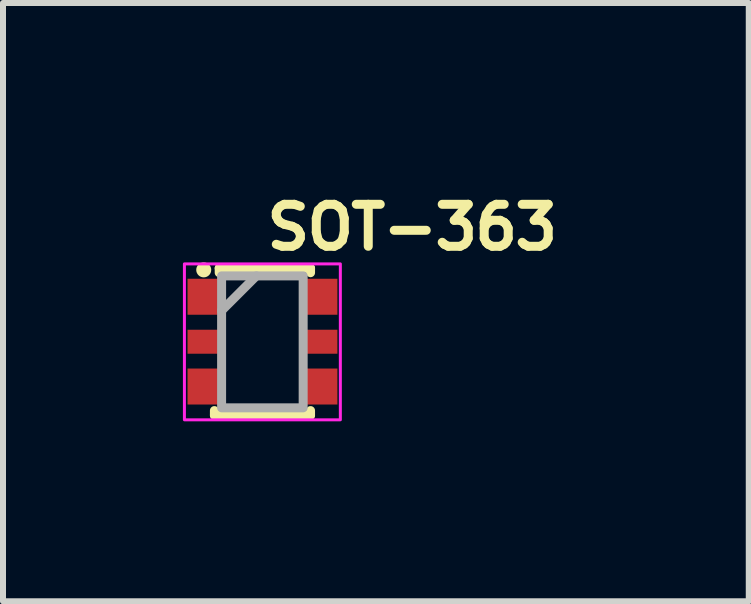
<source format=kicad_pcb>
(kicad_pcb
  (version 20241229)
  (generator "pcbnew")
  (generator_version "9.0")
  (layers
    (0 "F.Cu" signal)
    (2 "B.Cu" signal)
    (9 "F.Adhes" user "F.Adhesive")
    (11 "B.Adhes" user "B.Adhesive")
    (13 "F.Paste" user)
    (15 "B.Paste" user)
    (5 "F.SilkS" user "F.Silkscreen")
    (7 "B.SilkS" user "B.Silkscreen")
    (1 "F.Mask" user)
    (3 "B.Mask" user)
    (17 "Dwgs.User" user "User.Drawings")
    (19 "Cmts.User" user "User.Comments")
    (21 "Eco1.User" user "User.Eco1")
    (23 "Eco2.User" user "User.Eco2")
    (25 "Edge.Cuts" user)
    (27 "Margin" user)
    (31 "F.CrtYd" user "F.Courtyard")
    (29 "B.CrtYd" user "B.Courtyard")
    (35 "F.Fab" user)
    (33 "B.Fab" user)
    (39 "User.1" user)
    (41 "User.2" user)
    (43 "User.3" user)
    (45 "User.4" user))
  (footprint "SOT-363"
    (layer "F.Cu")
    (at 1.325 2.65)
    (property "Reference" "SOT-363" (at 0 -1.5 0) (layer "F.SilkS") (effects (font (size 0.7 0.7) (thickness 0.15)) (justify left bottom)))
    (attr smd)
    (fp_line (start -0.8 1.146) (end -0.8 1.223) (stroke (width 0.15) (type solid)) (layer "F.SilkS"))
    (fp_line (start -0.8 1.223) (end 0.803 1.223) (stroke (width 0.15) (type solid)) (layer "F.SilkS"))
    (fp_line (start -0.72 -1.153) (end -0.72 -1.228) (stroke (width 0.15) (type solid)) (layer "F.SilkS"))
    (fp_line (start 0.803 -1.228) (end -0.72 -1.228) (stroke (width 0.15) (type solid)) (layer "F.SilkS"))
    (fp_line (start 0.803 -1.153) (end 0.803 -1.228) (stroke (width 0.15) (type solid)) (layer "F.SilkS"))
    (fp_line (start 0.803 1.146) (end 0.803 1.223) (stroke (width 0.15) (type solid)) (layer "F.SilkS"))
    (fp_circle (center -0.978 -1.2) (end -0.928 -1.2) (stroke (width 0.15) (type solid)) (fill yes) (layer "F.SilkS"))
    (fp_rect (start 1.3 -1.3) (end -1.3 1.3) (stroke (width 0.05) (type solid)) (fill no) (layer "F.CrtYd"))
    (fp_line (start -0.1 -1.1) (end -0.68 -0.52) (stroke (width 0.15) (type solid)) (layer "F.Fab"))
    (fp_rect (start 0.68 1.1) (end -0.68 -1.1) (stroke (width 0.15) (type solid)) (fill no) (layer "F.Fab"))
    (fp_rect (start 1 -1) (end -1 1) (stroke (width 0.1) (type solid)) (fill no) (layer "User.5"))
    (fp_line (start -0.998 -0.804) (end -0.973 -0.804) (stroke (width 0.02) (type solid)) (layer "User.9"))
    (fp_line (start -0.998 -0.502) (end -0.998 -0.804) (stroke (width 0.02) (type solid)) (layer "User.9"))
    (fp_line (start -0.998 -0.502) (end -0.973 -0.502) (stroke (width 0.02) (type solid)) (layer "User.9"))
    (fp_line (start -0.998 -0.152) (end -0.973 -0.152) (stroke (width 0.02) (type solid)) (layer "User.9"))
    (fp_line (start -0.998 0.146) (end -0.998 -0.152) (stroke (width 0.02) (type solid)) (layer "User.9"))
    (fp_line (start -0.998 0.146) (end -0.973 0.146) (stroke (width 0.02) (type solid)) (layer "User.9"))
    (fp_line (start -0.998 0.496) (end -0.973 0.496) (stroke (width 0.02) (type solid)) (layer "User.9"))
    (fp_line (start -0.998 0.798) (end -0.998 0.496) (stroke (width 0.02) (type solid)) (layer "User.9"))
    (fp_line (start -0.998 0.798) (end -0.973 0.798) (stroke (width 0.02) (type solid)) (layer "User.9"))
    (fp_line (start -0.973 -0.804) (end -0.873 -0.804) (stroke (width 0.02) (type solid)) (layer "User.9"))
    (fp_line (start -0.973 -0.502) (end -0.873 -0.502) (stroke (width 0.02) (type solid)) (layer "User.9"))
    (fp_line (start -0.973 -0.152) (end -0.873 -0.152) (stroke (width 0.02) (type solid)) (layer "User.9"))
    (fp_line (start -0.973 0.146) (end -0.873 0.146) (stroke (width 0.02) (type solid)) (layer "User.9"))
    (fp_line (start -0.973 0.496) (end -0.873 0.496) (stroke (width 0.02) (type solid)) (layer "User.9"))
    (fp_line (start -0.973 0.798) (end -0.873 0.798) (stroke (width 0.02) (type solid)) (layer "User.9"))
    (fp_line (start -0.873 -0.804) (end -0.623 -0.804) (stroke (width 0.02) (type solid)) (layer "User.9"))
    (fp_line (start -0.873 -0.502) (end -0.873 -0.804) (stroke (width 0.02) (type solid)) (layer "User.9"))
    (fp_line (start -0.873 -0.502) (end -0.623 -0.502) (stroke (width 0.02) (type solid)) (layer "User.9"))
    (fp_line (start -0.873 -0.152) (end -0.623 -0.152) (stroke (width 0.02) (type solid)) (layer "User.9"))
    (fp_line (start -0.873 0.146) (end -0.873 -0.152) (stroke (width 0.02) (type solid)) (layer "User.9"))
    (fp_line (start -0.873 0.146) (end -0.623 0.146) (stroke (width 0.02) (type solid)) (layer "User.9"))
    (fp_line (start -0.873 0.496) (end -0.623 0.496) (stroke (width 0.02) (type solid)) (layer "User.9"))
    (fp_line (start -0.873 0.798) (end -0.873 0.496) (stroke (width 0.02) (type solid)) (layer "User.9"))
    (fp_line (start -0.873 0.798) (end -0.623 0.798) (stroke (width 0.02) (type solid)) (layer "User.9"))
    (fp_line (start -0.623 -0.909) (end -0.598 -0.895) (stroke (width 0.02) (type solid)) (layer "User.9"))
    (fp_line (start -0.623 -0.909) (end -0.53 -1.002) (stroke (width 0.02) (type solid)) (layer "User.9"))
    (fp_line (start -0.623 -0.804) (end -0.623 -0.909) (stroke (width 0.02) (type solid)) (layer "User.9"))
    (fp_line (start -0.623 -0.152) (end -0.623 -0.502) (stroke (width 0.02) (type solid)) (layer "User.9"))
    (fp_line (start -0.623 0.496) (end -0.623 0.146) (stroke (width 0.02) (type solid)) (layer "User.9"))
    (fp_line (start -0.623 0.903) (end -0.623 0.798) (stroke (width 0.02) (type solid)) (layer "User.9"))
    (fp_line (start -0.623 0.903) (end -0.598 0.889) (stroke (width 0.02) (type solid)) (layer "User.9"))
    (fp_line (start -0.598 -0.895) (end -0.543 -0.867) (stroke (width 0.02) (type solid)) (layer "User.9"))
    (fp_line (start -0.598 -0.895) (end -0.517 -0.977) (stroke (width 0.02) (type solid)) (layer "User.9"))
    (fp_line (start -0.598 -0.804) (end -0.598 -0.895) (stroke (width 0.02) (type solid)) (layer "User.9"))
    (fp_line (start -0.598 -0.502) (end -0.598 -0.804) (stroke (width 0.02) (type solid)) (layer "User.9"))
    (fp_line (start -0.598 -0.152) (end -0.598 -0.502) (stroke (width 0.02) (type solid)) (layer "User.9"))
    (fp_line (start -0.598 0.146) (end -0.598 -0.152) (stroke (width 0.02) (type solid)) (layer "User.9"))
    (fp_line (start -0.598 0.496) (end -0.598 0.146) (stroke (width 0.02) (type solid)) (layer "User.9"))
    (fp_line (start -0.598 0.798) (end -0.598 0.496) (stroke (width 0.02) (type solid)) (layer "User.9"))
    (fp_line (start -0.598 0.889) (end -0.598 0.798) (stroke (width 0.02) (type solid)) (layer "User.9"))
    (fp_line (start -0.598 0.889) (end -0.543 0.861) (stroke (width 0.02) (type solid)) (layer "User.9"))
    (fp_line (start -0.543 -0.867) (end -0.488 -0.922) (stroke (width 0.02) (type solid)) (layer "User.9"))
    (fp_line (start -0.543 0.861) (end -0.543 -0.867) (stroke (width 0.02) (type solid)) (layer "User.9"))
    (fp_line (start -0.53 -1.002) (end -0.517 -0.977) (stroke (width 0.02) (type solid)) (layer "User.9"))
    (fp_line (start -0.53 -1.002) (end 0.532 -1.002) (stroke (width 0.02) (type solid)) (layer "User.9"))
    (fp_line (start -0.53 0.996) (end -0.623 0.903) (stroke (width 0.02) (type solid)) (layer "User.9"))
    (fp_line (start -0.53 0.996) (end -0.517 0.971) (stroke (width 0.02) (type solid)) (layer "User.9"))
    (fp_line (start -0.517 -0.977) (end -0.488 -0.922) (stroke (width 0.02) (type solid)) (layer "User.9"))
    (fp_line (start -0.517 -0.977) (end 0.519 -0.977) (stroke (width 0.02) (type solid)) (layer "User.9"))
    (fp_line (start -0.517 0.971) (end -0.598 0.889) (stroke (width 0.02) (type solid)) (layer "User.9"))
    (fp_line (start -0.517 0.971) (end -0.488 0.916) (stroke (width 0.02) (type solid)) (layer "User.9"))
    (fp_line (start -0.488 -0.922) (end 0.49 -0.922) (stroke (width 0.02) (type solid)) (layer "User.9"))
    (fp_line (start -0.488 0.916) (end -0.543 0.861) (stroke (width 0.02) (type solid)) (layer "User.9"))
    (fp_line (start 0.49 -0.922) (end 0.545 -0.867) (stroke (width 0.02) (type solid)) (layer "User.9"))
    (fp_line (start 0.49 0.916) (end -0.488 0.916) (stroke (width 0.02) (type solid)) (layer "User.9"))
    (fp_line (start 0.519 -0.977) (end 0.49 -0.922) (stroke (width 0.02) (type solid)) (layer "User.9"))
    (fp_line (start 0.519 -0.977) (end 0.6 -0.895) (stroke (width 0.02) (type solid)) (layer "User.9"))
    (fp_line (start 0.519 0.971) (end -0.517 0.971) (stroke (width 0.02) (type solid)) (layer "User.9"))
    (fp_line (start 0.519 0.971) (end 0.49 0.916) (stroke (width 0.02) (type solid)) (layer "User.9"))
    (fp_line (start 0.532 -1.002) (end 0.519 -0.977) (stroke (width 0.02) (type solid)) (layer "User.9"))
    (fp_line (start 0.532 -1.002) (end 0.625 -0.909) (stroke (width 0.02) (type solid)) (layer "User.9"))
    (fp_line (start 0.532 0.996) (end -0.53 0.996) (stroke (width 0.02) (type solid)) (layer "User.9"))
    (fp_line (start 0.532 0.996) (end 0.519 0.971) (stroke (width 0.02) (type solid)) (layer "User.9"))
    (fp_line (start 0.545 -0.867) (end 0.545 0.861) (stroke (width 0.02) (type solid)) (layer "User.9"))
    (fp_line (start 0.545 0.861) (end 0.49 0.916) (stroke (width 0.02) (type solid)) (layer "User.9"))
    (fp_line (start 0.6 -0.895) (end 0.545 -0.867) (stroke (width 0.02) (type solid)) (layer "User.9"))
    (fp_line (start 0.6 -0.895) (end 0.6 -0.804) (stroke (width 0.02) (type solid)) (layer "User.9"))
    (fp_line (start 0.6 -0.804) (end 0.6 -0.502) (stroke (width 0.02) (type solid)) (layer "User.9"))
    (fp_line (start 0.6 -0.502) (end 0.6 -0.152) (stroke (width 0.02) (type solid)) (layer "User.9"))
    (fp_line (start 0.6 -0.152) (end 0.6 0.146) (stroke (width 0.02) (type solid)) (layer "User.9"))
    (fp_line (start 0.6 0.146) (end 0.6 0.496) (stroke (width 0.02) (type solid)) (layer "User.9"))
    (fp_line (start 0.6 0.496) (end 0.6 0.798) (stroke (width 0.02) (type solid)) (layer "User.9"))
    (fp_line (start 0.6 0.798) (end 0.6 0.889) (stroke (width 0.02) (type solid)) (layer "User.9"))
    (fp_line (start 0.6 0.889) (end 0.519 0.971) (stroke (width 0.02) (type solid)) (layer "User.9"))
    (fp_line (start 0.6 0.889) (end 0.545 0.861) (stroke (width 0.02) (type solid)) (layer "User.9"))
    (fp_line (start 0.625 -0.909) (end 0.6 -0.895) (stroke (width 0.02) (type solid)) (layer "User.9"))
    (fp_line (start 0.625 -0.909) (end 0.625 -0.804) (stroke (width 0.02) (type solid)) (layer "User.9"))
    (fp_line (start 0.625 -0.502) (end 0.625 -0.152) (stroke (width 0.02) (type solid)) (layer "User.9"))
    (fp_line (start 0.625 0.146) (end 0.625 0.496) (stroke (width 0.02) (type solid)) (layer "User.9"))
    (fp_line (start 0.625 0.798) (end 0.625 0.903) (stroke (width 0.02) (type solid)) (layer "User.9"))
    (fp_line (start 0.625 0.903) (end 0.532 0.996) (stroke (width 0.02) (type solid)) (layer "User.9"))
    (fp_line (start 0.625 0.903) (end 0.6 0.889) (stroke (width 0.02) (type solid)) (layer "User.9"))
    (fp_line (start 0.875 -0.804) (end 0.625 -0.804) (stroke (width 0.02) (type solid)) (layer "User.9"))
    (fp_line (start 0.875 -0.804) (end 0.875 -0.502) (stroke (width 0.02) (type solid)) (layer "User.9"))
    (fp_line (start 0.875 -0.502) (end 0.625 -0.502) (stroke (width 0.02) (type solid)) (layer "User.9"))
    (fp_line (start 0.875 -0.152) (end 0.625 -0.152) (stroke (width 0.02) (type solid)) (layer "User.9"))
    (fp_line (start 0.875 -0.152) (end 0.875 0.146) (stroke (width 0.02) (type solid)) (layer "User.9"))
    (fp_line (start 0.875 0.146) (end 0.625 0.146) (stroke (width 0.02) (type solid)) (layer "User.9"))
    (fp_line (start 0.875 0.496) (end 0.625 0.496) (stroke (width 0.02) (type solid)) (layer "User.9"))
    (fp_line (start 0.875 0.496) (end 0.875 0.798) (stroke (width 0.02) (type solid)) (layer "User.9"))
    (fp_line (start 0.875 0.798) (end 0.625 0.798) (stroke (width 0.02) (type solid)) (layer "User.9"))
    (fp_line (start 0.975 -0.804) (end 0.875 -0.804) (stroke (width 0.02) (type solid)) (layer "User.9"))
    (fp_line (start 0.975 -0.502) (end 0.875 -0.502) (stroke (width 0.02) (type solid)) (layer "User.9"))
    (fp_line (start 0.975 -0.152) (end 0.875 -0.152) (stroke (width 0.02) (type solid)) (layer "User.9"))
    (fp_line (start 0.975 0.146) (end 0.875 0.146) (stroke (width 0.02) (type solid)) (layer "User.9"))
    (fp_line (start 0.975 0.496) (end 0.875 0.496) (stroke (width 0.02) (type solid)) (layer "User.9"))
    (fp_line (start 0.975 0.798) (end 0.875 0.798) (stroke (width 0.02) (type solid)) (layer "User.9"))
    (fp_line (start 1 -0.804) (end 0.975 -0.804) (stroke (width 0.02) (type solid)) (layer "User.9"))
    (fp_line (start 1 -0.804) (end 1 -0.502) (stroke (width 0.02) (type solid)) (layer "User.9"))
    (fp_line (start 1 -0.502) (end 0.975 -0.502) (stroke (width 0.02) (type solid)) (layer "User.9"))
    (fp_line (start 1 -0.152) (end 0.975 -0.152) (stroke (width 0.02) (type solid)) (layer "User.9"))
    (fp_line (start 1 -0.152) (end 1 0.146) (stroke (width 0.02) (type solid)) (layer "User.9"))
    (fp_line (start 1 0.146) (end 0.975 0.146) (stroke (width 0.02) (type solid)) (layer "User.9"))
    (fp_line (start 1 0.496) (end 0.975 0.496) (stroke (width 0.02) (type solid)) (layer "User.9"))
    (fp_line (start 1 0.496) (end 1 0.798) (stroke (width 0.02) (type solid)) (layer "User.9"))
    (fp_line (start 1 0.798) (end 0.975 0.798) (stroke (width 0.02) (type solid)) (layer "User.9"))
    (pad "1" smd custom (at -0.948 -0.752 270) (size 0.6 0.6) (layers "F.Cu" "F.Mask" "F.Paste") (options (anchor rect)) (primitives))
    (pad "2" smd rect (at -0.948 -0.002 270) (size 0.4 0.6) (layers "F.Cu" "F.Mask" "F.Paste"))
    (pad "3" smd custom (at -0.948 0.745 270) (size 0.6 0.6) (layers "F.Cu" "F.Mask" "F.Paste") (options (anchor rect)) (primitives))
    (pad "4" smd custom (at 0.951 0.745 270) (size 0.6 0.6) (layers "F.Cu" "F.Mask" "F.Paste") (options (anchor rect)) (primitives))
    (pad "5" smd rect (at 0.951 -0.002 270) (size 0.4 0.6) (layers "F.Cu" "F.Mask" "F.Paste"))
    (pad "6" smd custom (at 0.951 -0.752 270) (size 0.6 0.6) (layers "F.Cu" "F.Mask" "F.Paste") (options (anchor rect)) (primitives)))
  (gr_rect
    (start -3 -3)
    (end 9.435 6.975)
    (stroke (width 0.1) (type default))
    (fill no)
    (layer "Edge.Cuts")))
</source>
